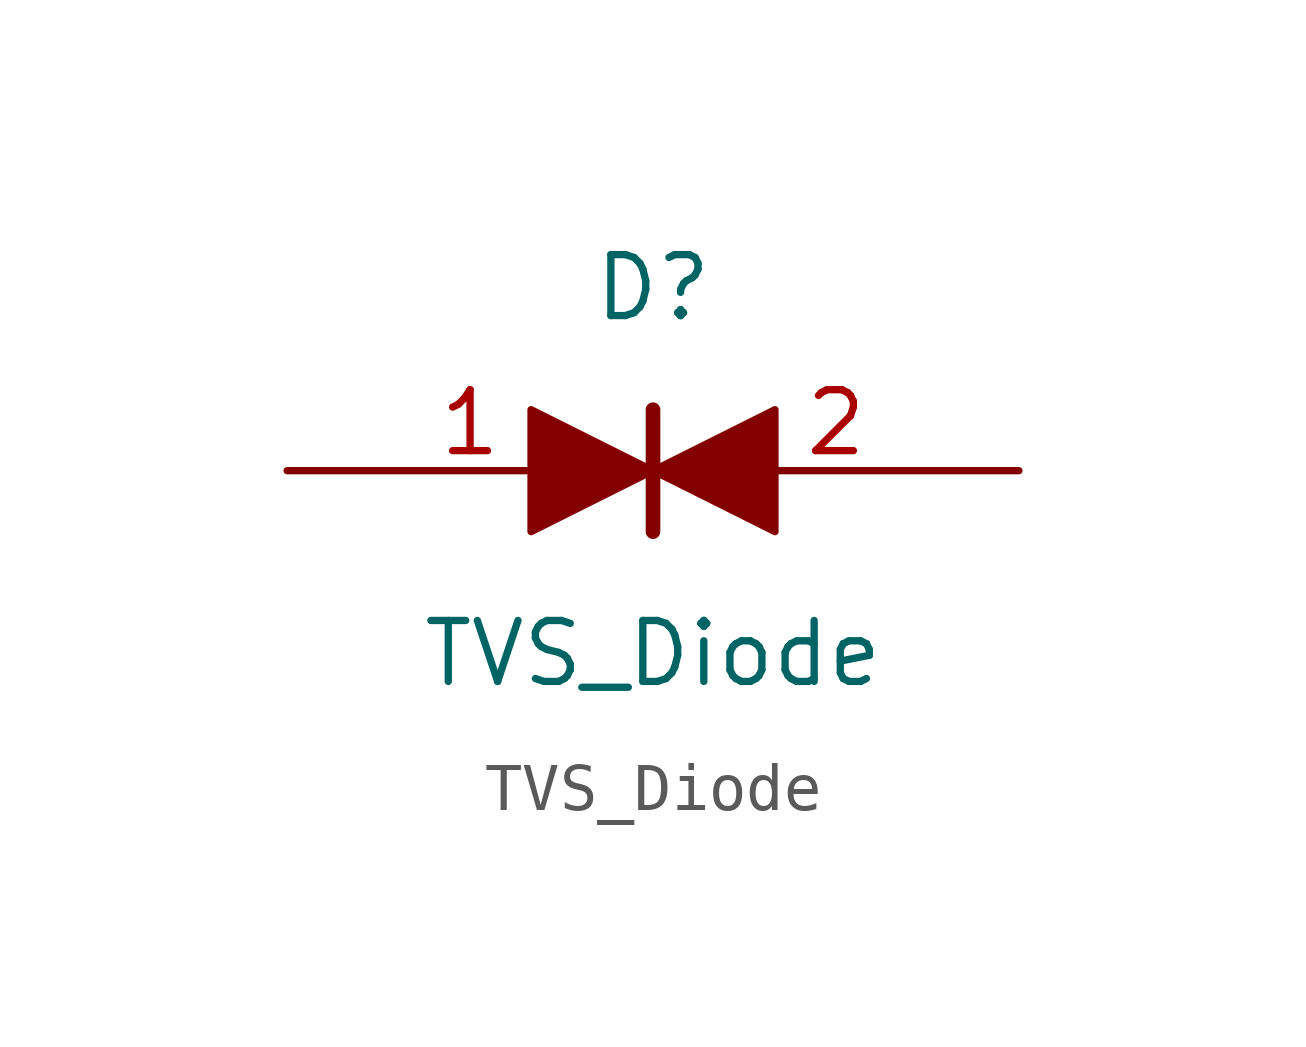
<source format=kicad_sym>
(kicad_symbol_lib
  (version 20211014)
  (generator kicad_symbol_editor)
  (symbol "TVS_Diode"
    (pin_names
      (offset 1.016))
    (property "Reference" "D"
      (at 0 3.81 0)
      (effects (font (size 1.27 1.27))))
    (property "Value" "TVS_Diode"
      (at 0 -3.81 0)
      (effects (font (size 1.27 1.27))))
    (property "Footprint" ""
      (at 0 0 0)
      (effects (font (size 1.27 1.27))))
    (property "Datasheet" ""
      (at 0 0 0)
      (effects (font (size 1.27 1.27))))
    (symbol "TVS_Diode_0_1"
      (polyline (pts (xy 0 1.27) (xy 0 -1.27)) (stroke (width 0.305) (type default) (color 0 0 0 0)) (fill (type none)))
      (polyline (pts (xy -2.54 1.27) (xy -2.54 -1.27) (xy 0 0) (xy -2.54 1.27)) (stroke (width 0) (type default) (color 0 0 0 0)) (fill (type outline)))
      (polyline (pts (xy 0 0) (xy 2.54 1.27) (xy 2.54 -1.27) (xy 0 0)) (stroke (width 0) (type default) (color 0 0 0 0)) (fill (type outline))))
    (symbol "TVS_Diode_1_1"
      (pin passive line (at -7.62 0 0) (length 7.62) (name "~" (effects (font (size 1.27 1.27)))) (number "1" (effects (font (size 1.27 1.27)))))
      (pin passive line (at 7.62 0 180) (length 7.62) (name "~" (effects (font (size 1.27 1.27)))) (number "2" (effects (font (size 1.27 1.27))))))))
</source>
